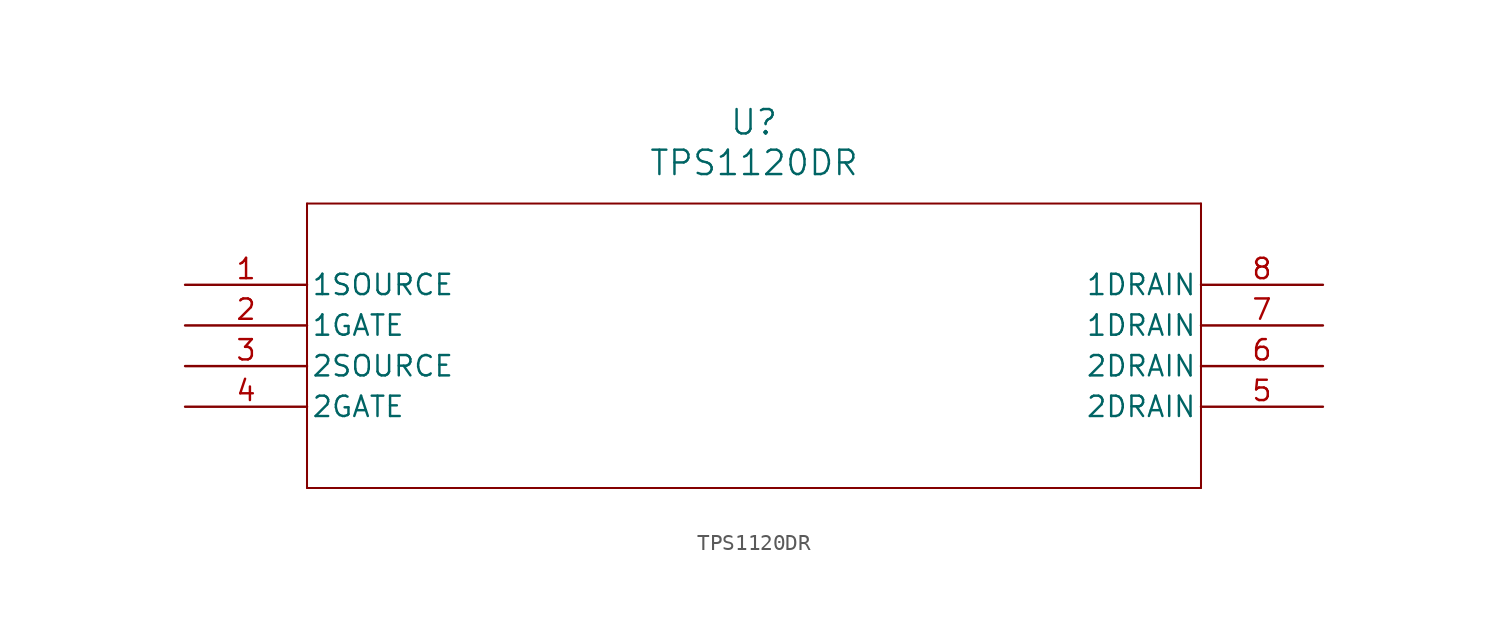
<source format=kicad_sym>
(kicad_symbol_lib
  (version 20211014)
  (generator kicad_symbol_editor)
  (symbol "TPS1120DR"
    (pin_names
      (offset 0.254))
    (property "Reference" "U"
      (at 35.56 10.16 0)
      (effects (font (size 1.524 1.524))))
    (property "Value" "TPS1120DR"
      (at 35.56 7.62 0)
      (effects (font (size 1.524 1.524))))
    (symbol "TPS1120DR_0_1"
      (polyline (pts (xy 7.62 5.08) (xy 7.62 -12.7)) (stroke (width 0.127) (type default) (color 0 0 0 0)) (fill (type none)))
      (polyline (pts (xy 7.62 -12.7) (xy 63.5 -12.7)) (stroke (width 0.127) (type default) (color 0 0 0 0)) (fill (type none)))
      (polyline (pts (xy 63.5 -12.7) (xy 63.5 5.08)) (stroke (width 0.127) (type default) (color 0 0 0 0)) (fill (type none)))
      (polyline (pts (xy 63.5 5.08) (xy 7.62 5.08)) (stroke (width 0.127) (type default) (color 0 0 0 0)) (fill (type none)))
      (pin passive line (at 0 0 0) (length 7.62) (name "1SOURCE" (effects (font (size 1.27 1.27)))) (number "1" (effects (font (size 1.27 1.27)))))
      (pin passive line (at 0 -2.54 0) (length 7.62) (name "1GATE" (effects (font (size 1.27 1.27)))) (number "2" (effects (font (size 1.27 1.27)))))
      (pin passive line (at 0 -5.08 0) (length 7.62) (name "2SOURCE" (effects (font (size 1.27 1.27)))) (number "3" (effects (font (size 1.27 1.27)))))
      (pin passive line (at 0 -7.62 0) (length 7.62) (name "2GATE" (effects (font (size 1.27 1.27)))) (number "4" (effects (font (size 1.27 1.27)))))
      (pin passive line (at 71.12 -7.62 180) (length 7.62) (name "2DRAIN" (effects (font (size 1.27 1.27)))) (number "5" (effects (font (size 1.27 1.27)))))
      (pin passive line (at 71.12 -5.08 180) (length 7.62) (name "2DRAIN" (effects (font (size 1.27 1.27)))) (number "6" (effects (font (size 1.27 1.27)))))
      (pin passive line (at 71.12 -2.54 180) (length 7.62) (name "1DRAIN" (effects (font (size 1.27 1.27)))) (number "7" (effects (font (size 1.27 1.27)))))
      (pin passive line (at 71.12 0 180) (length 7.62) (name "1DRAIN" (effects (font (size 1.27 1.27)))) (number "8" (effects (font (size 1.27 1.27))))))))
</source>
